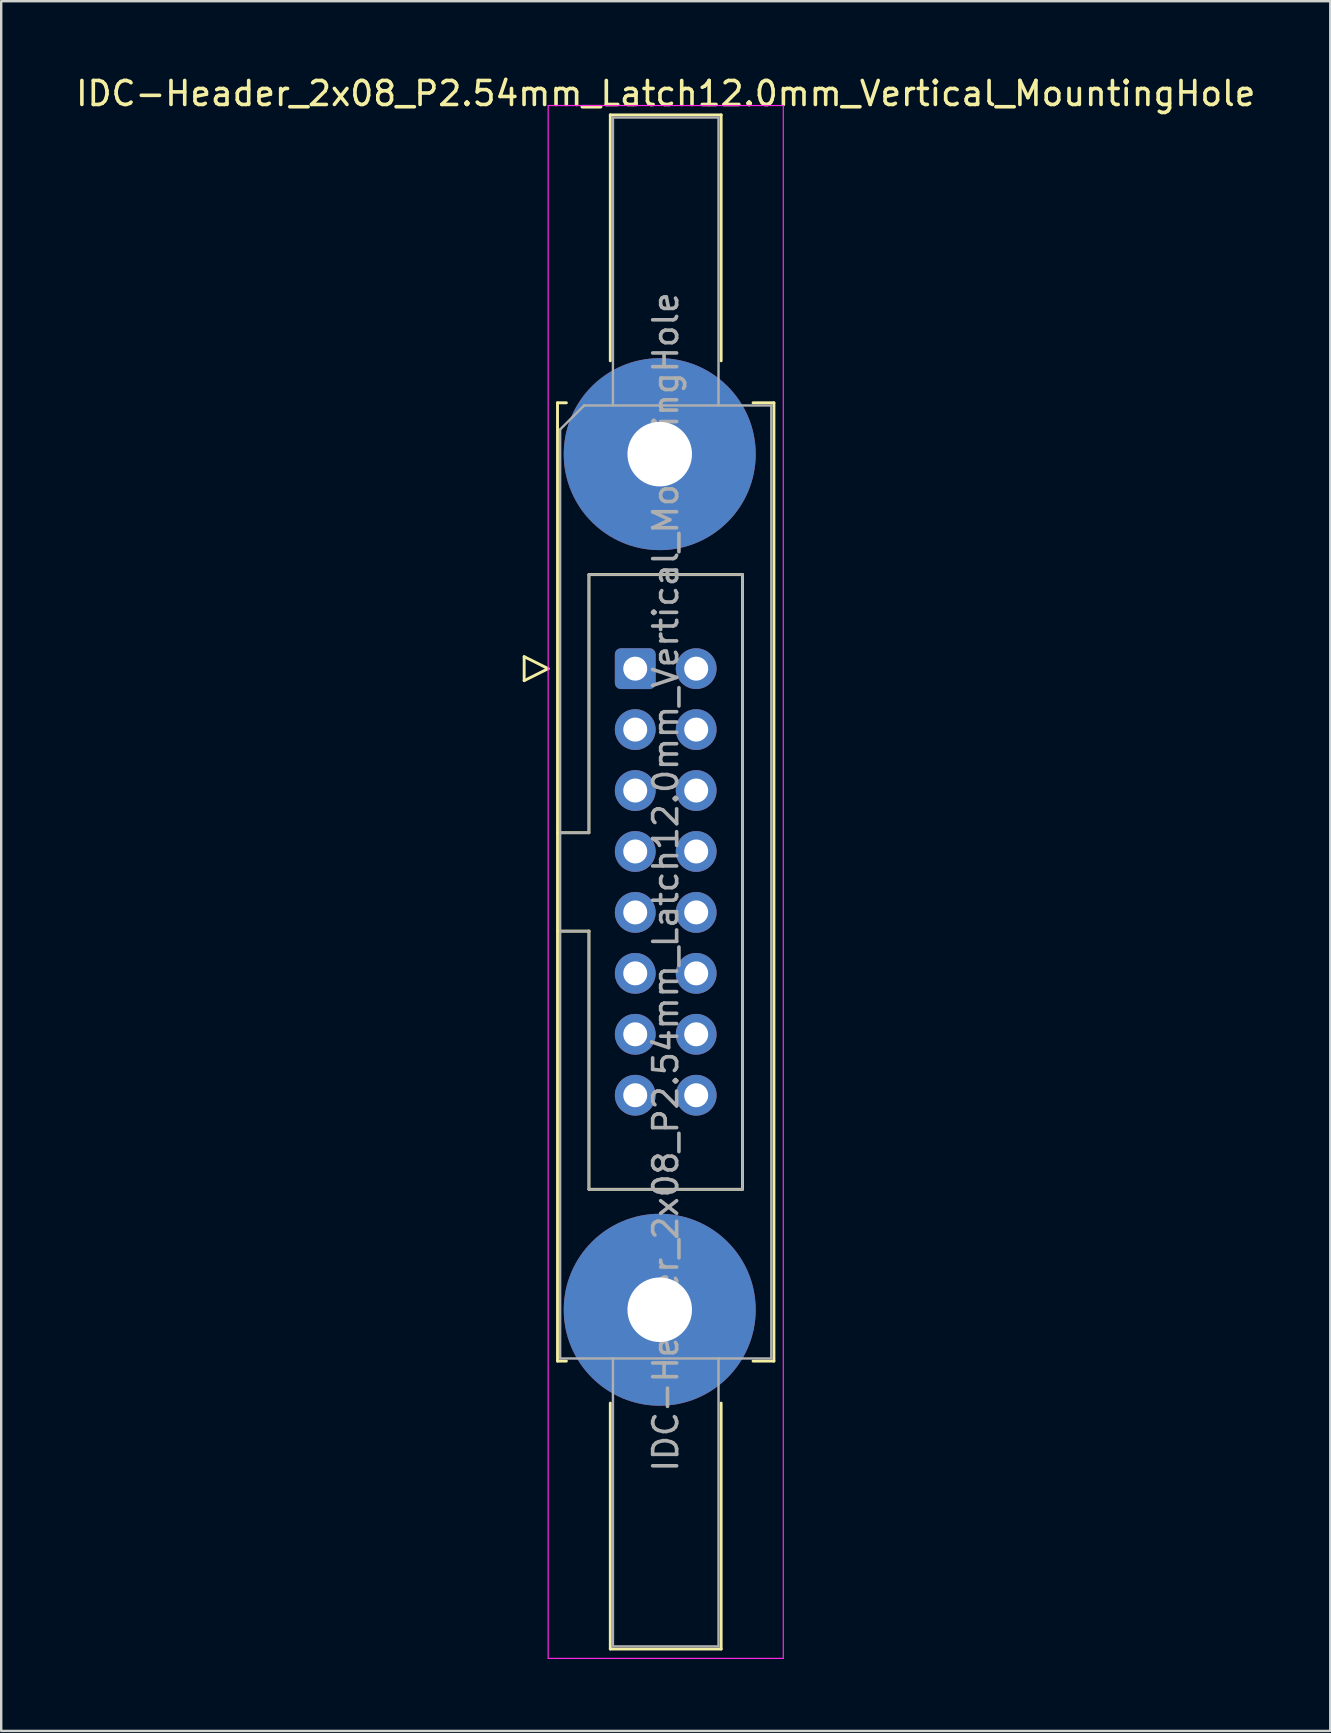
<source format=kicad_pcb>
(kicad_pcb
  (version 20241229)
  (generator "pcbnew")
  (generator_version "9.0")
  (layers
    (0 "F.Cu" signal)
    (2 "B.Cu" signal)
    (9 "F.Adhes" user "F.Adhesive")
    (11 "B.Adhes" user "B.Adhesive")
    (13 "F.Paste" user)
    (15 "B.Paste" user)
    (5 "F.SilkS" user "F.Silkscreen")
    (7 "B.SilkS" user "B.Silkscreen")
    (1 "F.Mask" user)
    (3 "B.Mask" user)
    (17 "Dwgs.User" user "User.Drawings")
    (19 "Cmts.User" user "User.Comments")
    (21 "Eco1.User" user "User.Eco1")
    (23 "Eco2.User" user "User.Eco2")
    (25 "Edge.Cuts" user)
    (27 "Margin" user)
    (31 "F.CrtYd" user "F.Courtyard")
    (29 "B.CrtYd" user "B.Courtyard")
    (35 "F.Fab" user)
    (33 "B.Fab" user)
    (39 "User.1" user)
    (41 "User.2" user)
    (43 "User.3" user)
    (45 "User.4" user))
  (footprint "IDC-Header_2x08_P2.54mm_Latch12.0mm_Vertical_MountingHole"
    (layer "F.Cu")
    (at 23.426 24.818)
    (property "Reference" "IDC-Header_2x08_P2.54mm_Latch12.0mm_Vertical_MountingHole" (at 1.27 -23.97 0) (layer "F.SilkS") (effects (font (size 1 1) (thickness 0.15))))
    (attr through_hole)
    (fp_line (start -4.63 -0.5) (end -4.63 0.5) (stroke (width 0.12) (type solid)) (layer "F.SilkS"))
    (fp_line (start -4.63 0.5) (end -3.63 0) (stroke (width 0.12) (type solid)) (layer "F.SilkS"))
    (fp_line (start -3.63 0) (end -4.63 -0.5) (stroke (width 0.12) (type solid)) (layer "F.SilkS"))
    (fp_line (start -3.24 -11.08) (end -3.24 28.86) (stroke (width 0.12) (type solid)) (layer "F.SilkS"))
    (fp_line (start -3.24 6.84) (end -1.93 6.84) (stroke (width 0.12) (type solid)) (layer "F.SilkS"))
    (fp_line (start -3.24 28.86) (end -2.87 28.86) (stroke (width 0.12) (type solid)) (layer "F.SilkS"))
    (fp_line (start -2.87 -11.08) (end -3.24 -11.08) (stroke (width 0.12) (type solid)) (layer "F.SilkS"))
    (fp_line (start -1.93 -3.92) (end 4.47 -3.92) (stroke (width 0.12) (type solid)) (layer "F.SilkS"))
    (fp_line (start -1.93 6.84) (end -1.93 -3.92) (stroke (width 0.12) (type solid)) (layer "F.SilkS"))
    (fp_line (start -1.93 10.94) (end -3.24 10.94) (stroke (width 0.12) (type solid)) (layer "F.SilkS"))
    (fp_line (start -1.93 10.94) (end -1.93 10.94) (stroke (width 0.12) (type solid)) (layer "F.SilkS"))
    (fp_line (start -1.93 21.7) (end -1.93 10.94) (stroke (width 0.12) (type solid)) (layer "F.SilkS"))
    (fp_line (start -1.04 -23.08) (end 3.58 -23.08) (stroke (width 0.12) (type solid)) (layer "F.SilkS"))
    (fp_line (start -1.04 -12.83) (end -1.04 -23.08) (stroke (width 0.12) (type solid)) (layer "F.SilkS"))
    (fp_line (start -1.04 30.61) (end -1.04 40.86) (stroke (width 0.12) (type solid)) (layer "F.SilkS"))
    (fp_line (start -1.04 40.86) (end 3.58 40.86) (stroke (width 0.12) (type solid)) (layer "F.SilkS"))
    (fp_line (start 3.58 -23.08) (end 3.58 -12.83) (stroke (width 0.12) (type solid)) (layer "F.SilkS"))
    (fp_line (start 3.58 40.86) (end 3.58 30.61) (stroke (width 0.12) (type solid)) (layer "F.SilkS"))
    (fp_line (start 4.47 -3.92) (end 4.47 21.7) (stroke (width 0.12) (type solid)) (layer "F.SilkS"))
    (fp_line (start 4.47 21.7) (end -1.93 21.7) (stroke (width 0.12) (type solid)) (layer "F.SilkS"))
    (fp_line (start 4.91 -11.08) (end 5.78 -11.08) (stroke (width 0.12) (type solid)) (layer "F.SilkS"))
    (fp_line (start 5.78 -11.08) (end 5.78 28.86) (stroke (width 0.12) (type solid)) (layer "F.SilkS"))
    (fp_line (start 5.78 28.86) (end 4.91 28.86) (stroke (width 0.12) (type solid)) (layer "F.SilkS"))
    (fp_line (start -3.63 -23.47) (end -3.63 41.25) (stroke (width 0.05) (type solid)) (layer "F.CrtYd"))
    (fp_line (start -3.63 41.25) (end 6.17 41.25) (stroke (width 0.05) (type solid)) (layer "F.CrtYd"))
    (fp_line (start 6.17 -23.47) (end -3.63 -23.47) (stroke (width 0.05) (type solid)) (layer "F.CrtYd"))
    (fp_line (start 6.17 41.25) (end 6.17 -23.47) (stroke (width 0.05) (type solid)) (layer "F.CrtYd"))
    (fp_line (start -3.13 -9.97) (end -2.13 -10.97) (stroke (width 0.1) (type solid)) (layer "F.Fab"))
    (fp_line (start -3.13 6.84) (end -1.93 6.84) (stroke (width 0.1) (type solid)) (layer "F.Fab"))
    (fp_line (start -3.13 28.75) (end -3.13 -9.97) (stroke (width 0.1) (type solid)) (layer "F.Fab"))
    (fp_line (start -2.13 -10.97) (end 5.67 -10.97) (stroke (width 0.1) (type solid)) (layer "F.Fab"))
    (fp_line (start -1.93 -3.92) (end 4.47 -3.92) (stroke (width 0.1) (type solid)) (layer "F.Fab"))
    (fp_line (start -1.93 6.84) (end -1.93 -3.92) (stroke (width 0.1) (type solid)) (layer "F.Fab"))
    (fp_line (start -1.93 10.94) (end -3.13 10.94) (stroke (width 0.1) (type solid)) (layer "F.Fab"))
    (fp_line (start -1.93 10.94) (end -1.93 10.94) (stroke (width 0.1) (type solid)) (layer "F.Fab"))
    (fp_line (start -1.93 21.7) (end -1.93 10.94) (stroke (width 0.1) (type solid)) (layer "F.Fab"))
    (fp_line (start -0.93 -22.97) (end 3.47 -22.97) (stroke (width 0.1) (type solid)) (layer "F.Fab"))
    (fp_line (start -0.93 -10.97) (end -0.93 -22.97) (stroke (width 0.1) (type solid)) (layer "F.Fab"))
    (fp_line (start -0.93 28.75) (end -0.93 40.75) (stroke (width 0.1) (type solid)) (layer "F.Fab"))
    (fp_line (start -0.93 40.75) (end 3.47 40.75) (stroke (width 0.1) (type solid)) (layer "F.Fab"))
    (fp_line (start 3.47 -22.97) (end 3.47 -10.97) (stroke (width 0.1) (type solid)) (layer "F.Fab"))
    (fp_line (start 3.47 40.75) (end 3.47 28.75) (stroke (width 0.1) (type solid)) (layer "F.Fab"))
    (fp_line (start 4.47 -3.92) (end 4.47 21.7) (stroke (width 0.1) (type solid)) (layer "F.Fab"))
    (fp_line (start 4.47 21.7) (end -1.93 21.7) (stroke (width 0.1) (type solid)) (layer "F.Fab"))
    (fp_line (start 5.67 -10.97) (end 5.67 28.75) (stroke (width 0.1) (type solid)) (layer "F.Fab"))
    (fp_line (start 5.67 28.75) (end -3.13 28.75) (stroke (width 0.1) (type solid)) (layer "F.Fab"))
    (fp_text user "${REFERENCE}" (at 1.27 8.89 90) (layer "F.Fab") (effects (font (size 1 1) (thickness 0.15))))
    (pad "" thru_hole circle (at 1.02 -8.94) (size 8 8) (drill 2.69) (layers "*.Cu" "*.Mask"))
    (pad "" thru_hole circle (at 1.02 26.72) (size 8 8) (drill 2.69) (layers "*.Cu" "*.Mask"))
    (pad "1" thru_hole roundrect (at 0 0) (size 1.7 1.7) (drill 1) (layers "*.Cu" "*.Mask") (roundrect_rratio 0.147))
    (pad "2" thru_hole circle (at 2.54 0) (size 1.7 1.7) (drill 1) (layers "*.Cu" "*.Mask"))
    (pad "3" thru_hole circle (at 0 2.54) (size 1.7 1.7) (drill 1) (layers "*.Cu" "*.Mask"))
    (pad "4" thru_hole circle (at 2.54 2.54) (size 1.7 1.7) (drill 1) (layers "*.Cu" "*.Mask"))
    (pad "5" thru_hole circle (at 0 5.08) (size 1.7 1.7) (drill 1) (layers "*.Cu" "*.Mask"))
    (pad "6" thru_hole circle (at 2.54 5.08) (size 1.7 1.7) (drill 1) (layers "*.Cu" "*.Mask"))
    (pad "7" thru_hole circle (at 0 7.62) (size 1.7 1.7) (drill 1) (layers "*.Cu" "*.Mask"))
    (pad "8" thru_hole circle (at 2.54 7.62) (size 1.7 1.7) (drill 1) (layers "*.Cu" "*.Mask"))
    (pad "9" thru_hole circle (at 0 10.16) (size 1.7 1.7) (drill 1) (layers "*.Cu" "*.Mask"))
    (pad "10" thru_hole circle (at 2.54 10.16) (size 1.7 1.7) (drill 1) (layers "*.Cu" "*.Mask"))
    (pad "11" thru_hole circle (at 0 12.7) (size 1.7 1.7) (drill 1) (layers "*.Cu" "*.Mask"))
    (pad "12" thru_hole circle (at 2.54 12.7) (size 1.7 1.7) (drill 1) (layers "*.Cu" "*.Mask"))
    (pad "13" thru_hole circle (at 0 15.24) (size 1.7 1.7) (drill 1) (layers "*.Cu" "*.Mask"))
    (pad "14" thru_hole circle (at 2.54 15.24) (size 1.7 1.7) (drill 1) (layers "*.Cu" "*.Mask"))
    (pad "15" thru_hole circle (at 0 17.78) (size 1.7 1.7) (drill 1) (layers "*.Cu" "*.Mask"))
    (pad "16" thru_hole circle (at 2.54 17.78) (size 1.7 1.7) (drill 1) (layers "*.Cu" "*.Mask")))
  (gr_rect
    (start -3 -3)
    (end 52.393 69.093)
    (stroke (width 0.1) (type default))
    (fill no)
    (layer "Edge.Cuts")))
</source>
